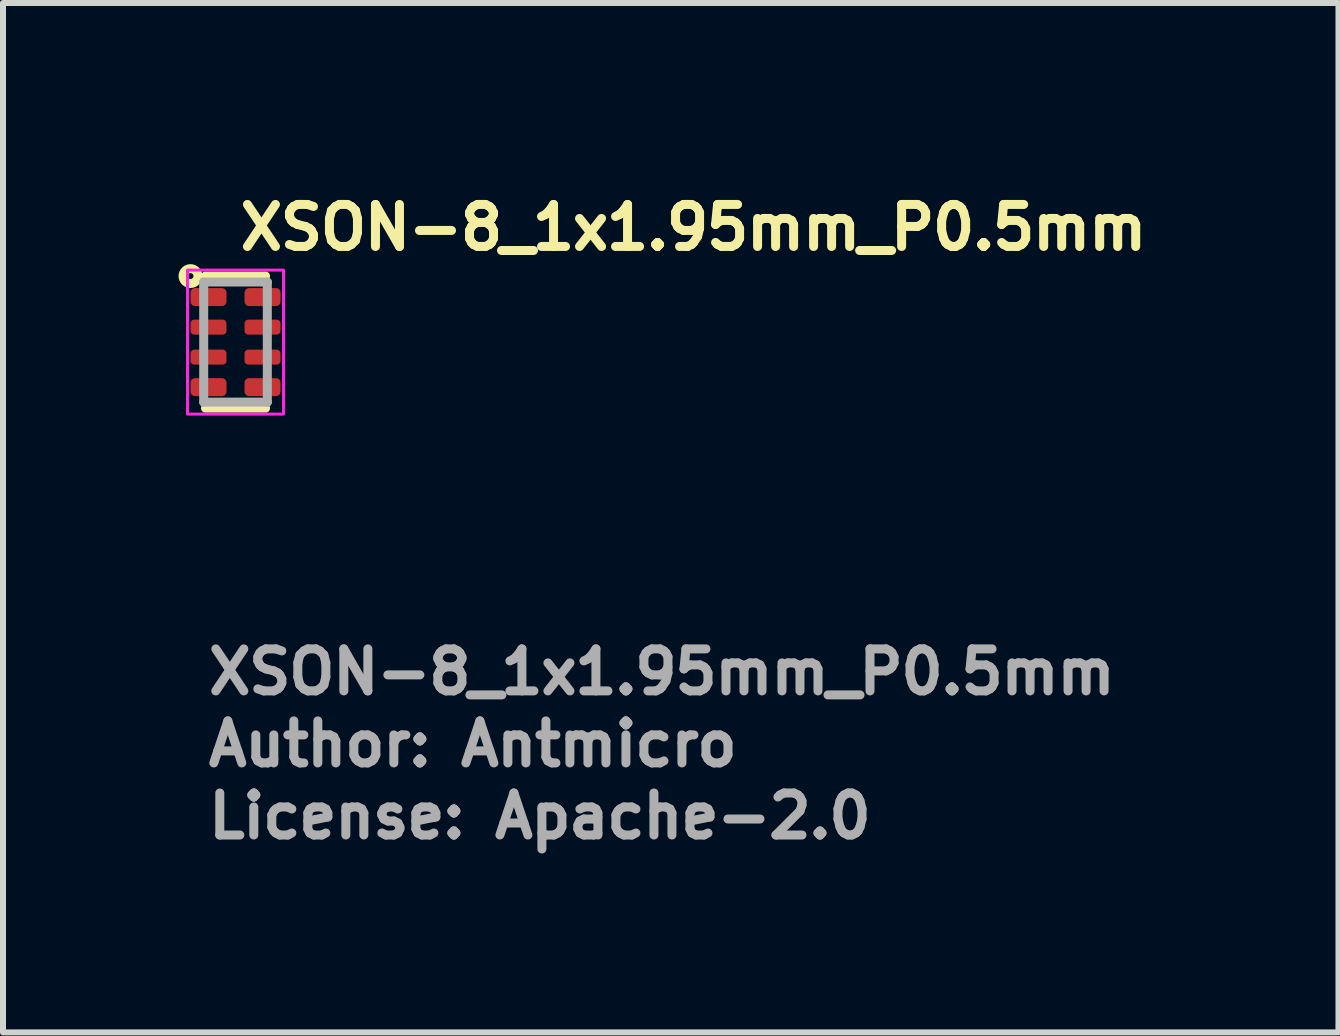
<source format=kicad_pcb>
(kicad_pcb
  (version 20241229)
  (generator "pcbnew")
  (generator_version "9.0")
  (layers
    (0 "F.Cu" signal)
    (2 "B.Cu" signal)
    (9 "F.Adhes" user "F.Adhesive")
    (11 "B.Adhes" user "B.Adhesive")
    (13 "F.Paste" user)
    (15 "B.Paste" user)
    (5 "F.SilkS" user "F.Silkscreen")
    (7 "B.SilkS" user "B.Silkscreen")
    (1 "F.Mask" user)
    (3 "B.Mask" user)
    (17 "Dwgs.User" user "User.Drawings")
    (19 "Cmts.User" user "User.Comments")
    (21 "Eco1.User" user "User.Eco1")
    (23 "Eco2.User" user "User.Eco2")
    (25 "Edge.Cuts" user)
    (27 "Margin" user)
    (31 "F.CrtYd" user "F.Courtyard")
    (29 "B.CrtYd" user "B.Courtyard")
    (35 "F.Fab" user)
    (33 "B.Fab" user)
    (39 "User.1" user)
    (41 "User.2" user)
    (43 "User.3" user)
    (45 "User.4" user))
  (footprint "XSON-8_1x1.95mm_P0.5mm"
    (layer "F.Cu")
    (at 0.874 2.65)
    (property "Reference" "XSON-8_1x1.95mm_P0.5mm" (at 0 -1.5 0) (layer "F.SilkS") (effects (font (size 0.7 0.7) (thickness 0.15)) (justify left bottom)))
    (attr smd)
    (fp_line (start -0.5 -1.1) (end 0.5 -1.1) (stroke (width 0.15) (type solid)) (layer "F.SilkS"))
    (fp_line (start 0.5 1.1) (end -0.5 1.1) (stroke (width 0.15) (type solid)) (layer "F.SilkS"))
    (fp_circle (center -0.75 -1.1) (end -0.701 -1.1) (stroke (width 0.15) (type solid)) (fill no) (layer "F.SilkS"))
    (fp_rect (start -0.8 -1.2) (end 0.8 1.2) (stroke (width 0.05) (type solid)) (fill no) (layer "F.CrtYd"))
    (fp_line (start -0.53 -1.001) (end 0.53 -1.001) (stroke (width 0.15) (type solid)) (layer "F.Fab"))
    (fp_line (start -0.53 1) (end -0.53 -1.001) (stroke (width 0.15) (type solid)) (layer "F.Fab"))
    (fp_line (start 0.53 -1.001) (end 0.53 1) (stroke (width 0.15) (type solid)) (layer "F.Fab"))
    (fp_line (start 0.53 1) (end -0.53 1) (stroke (width 0.15) (type solid)) (layer "F.Fab"))
    (fp_rect (start -0.527 -1) (end 0.524 0.998) (stroke (width 0.1) (type solid)) (fill no) (layer "User.5"))
    (fp_line (start -0.527 -1) (end -0.527 0.998) (stroke (width 0.02) (type solid)) (layer "User.9"))
    (fp_line (start -0.527 0.998) (end 0.524 0.998) (stroke (width 0.02) (type solid)) (layer "User.9"))
    (fp_line (start 0.524 -1) (end -0.527 -1) (stroke (width 0.02) (type solid)) (layer "User.9"))
    (fp_line (start 0.524 0.998) (end 0.524 -1) (stroke (width 0.02) (type solid)) (layer "User.9"))
    (fp_text user "License: Apache-2.0" (at -0.527 8.306 0) (layer "F.Fab") (effects (font (size 0.7 0.7) (thickness 0.15)) (justify left bottom)))
    (fp_text user "${REFERENCE}" (at -0.527 5.905 0) (layer "F.Fab") (effects (font (size 0.7 0.7) (thickness 0.15)) (justify left bottom)))
    (fp_text user "Author: Antmicro" (at -0.527 7.105 0) (layer "F.Fab") (effects (font (size 0.7 0.7) (thickness 0.15)) (justify left bottom)))
    (pad "1" smd roundrect (at -0.45 -0.75 180) (size 0.6 0.3) (layers "F.Cu" "F.Mask" "F.Paste") (roundrect_rratio 0.25))
    (pad "2" smd roundrect (at -0.45 -0.25 180) (size 0.6 0.25) (layers "F.Cu" "F.Mask" "F.Paste") (roundrect_rratio 0.25))
    (pad "3" smd roundrect (at -0.45 0.25 180) (size 0.6 0.25) (layers "F.Cu" "F.Mask" "F.Paste") (roundrect_rratio 0.25))
    (pad "4" smd roundrect (at -0.45 0.75 180) (size 0.6 0.3) (layers "F.Cu" "F.Mask" "F.Paste") (roundrect_rratio 0.25))
    (pad "5" smd roundrect (at 0.45 0.75 180) (size 0.6 0.3) (layers "F.Cu" "F.Mask" "F.Paste") (roundrect_rratio 0.25))
    (pad "6" smd roundrect (at 0.45 0.25 180) (size 0.6 0.25) (layers "F.Cu" "F.Mask" "F.Paste") (roundrect_rratio 0.25))
    (pad "7" smd roundrect (at 0.45 -0.25 180) (size 0.6 0.25) (layers "F.Cu" "F.Mask" "F.Paste") (roundrect_rratio 0.25))
    (pad "8" smd roundrect (at 0.45 -0.75 180) (size 0.6 0.3) (layers "F.Cu" "F.Mask" "F.Paste") (roundrect_rratio 0.25)))
  (gr_rect
    (start -3 -3)
    (end 19.251 14.152)
    (stroke (width 0.1) (type default))
    (fill no)
    (layer "Edge.Cuts")))
</source>
